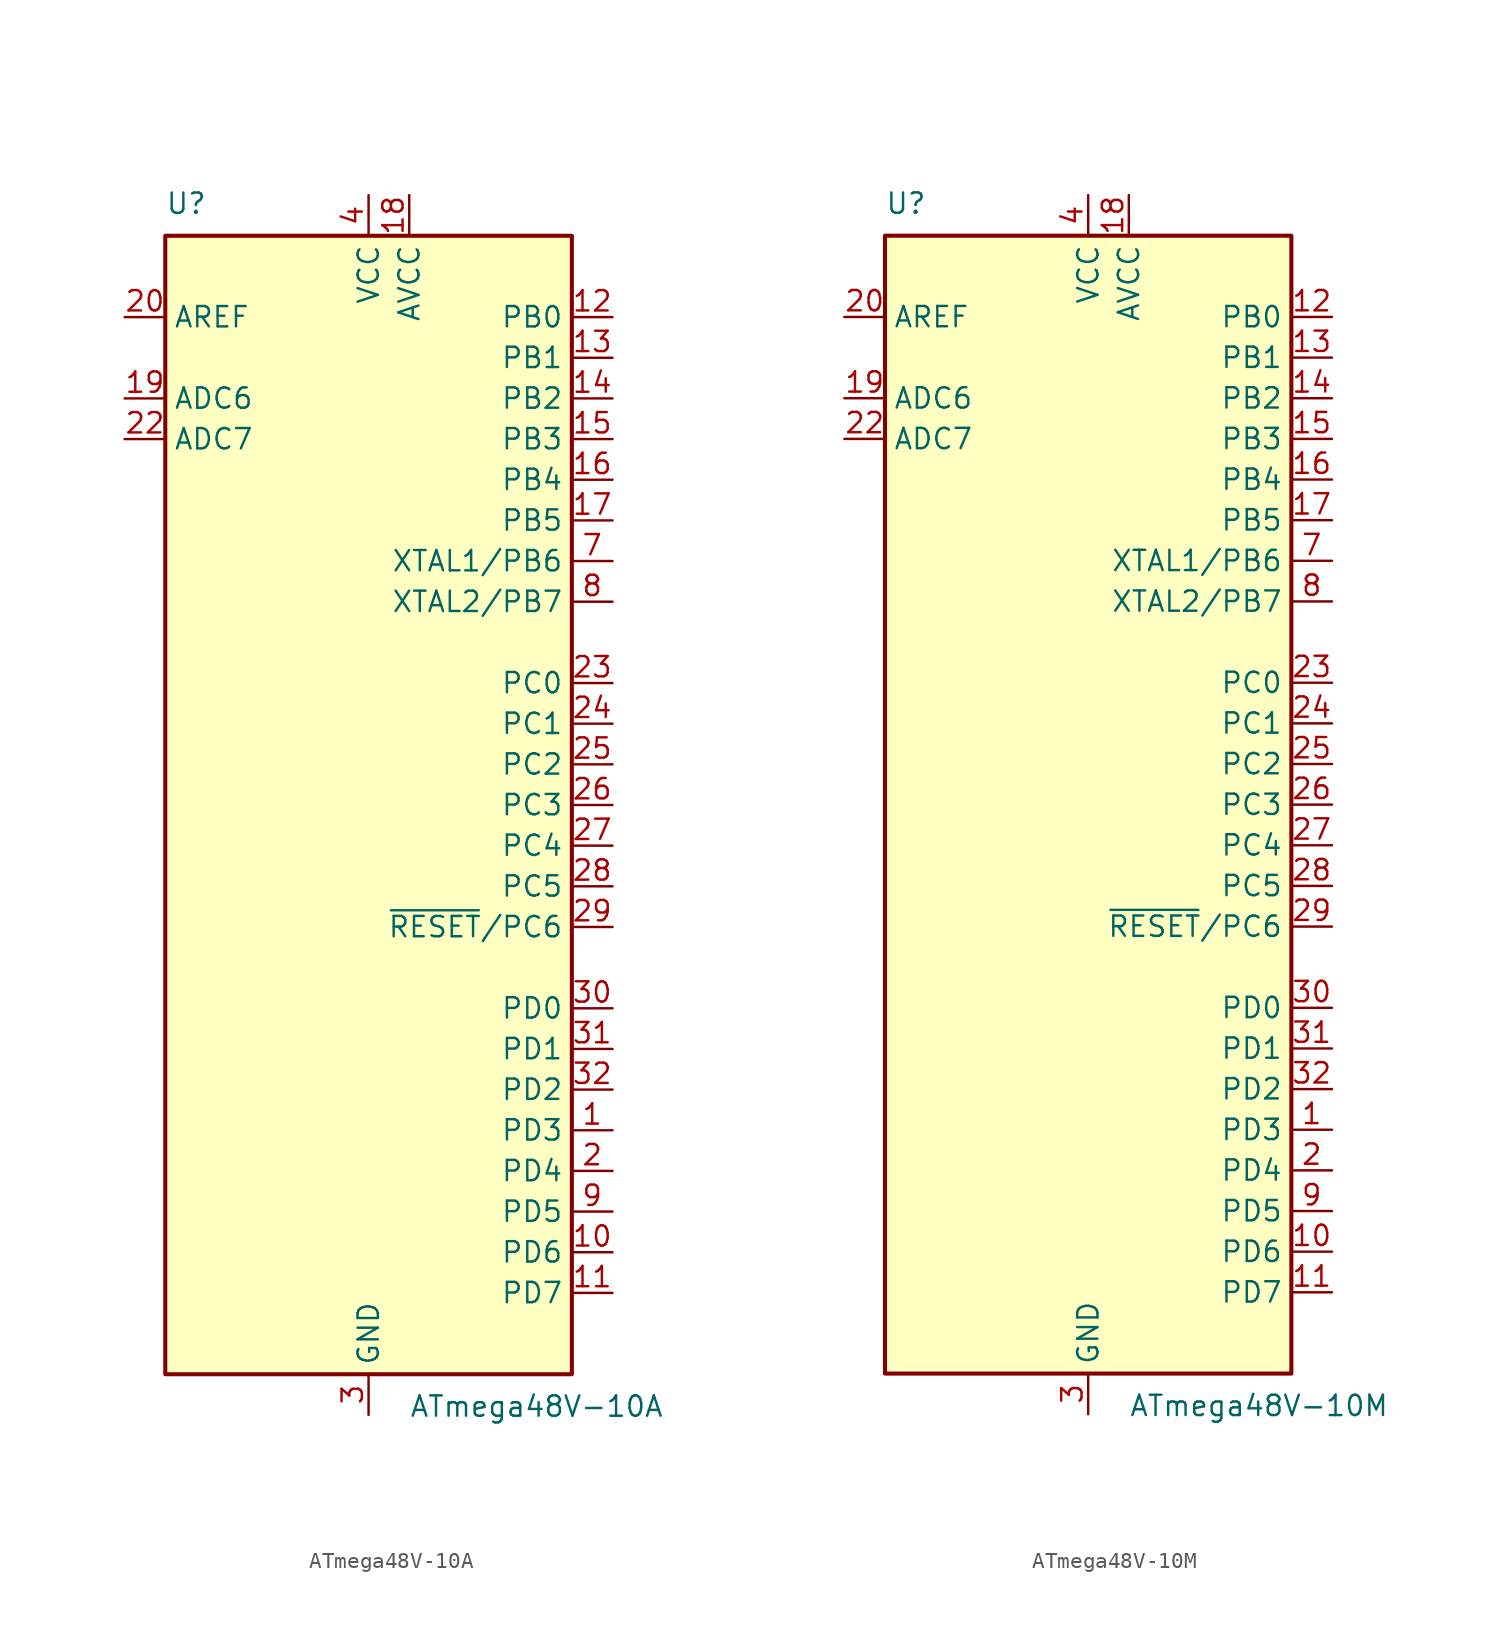
<source format=kicad_sym>
(kicad_symbol_lib
  (version 20241209)
  (generator "kicad_symbol_editor")
  (generator_version "9.0")
  (symbol "ATmega48V-10A"
    (property "Reference" "U"
      (at -12.7 36.83 0)
      (effects (font (size 1.27 1.27)) (justify left bottom)))
    (property "Value" "ATmega48V-10A"
      (at 2.54 -36.83 0)
      (effects (font (size 1.27 1.27)) (justify left top)))
    (symbol "ATmega48V-10A_0_1"
      (rectangle (start -12.7 -35.56) (end 12.7 35.56) (stroke (width 0.254) (type default)) (fill (type background))))
    (symbol "ATmega48V-10A_1_1"
      (pin passive line (at -15.24 30.48 0) (length 2.54) (name "AREF" (effects (font (size 1.27 1.27)))) (number "20" (effects (font (size 1.27 1.27)))))
      (pin input line (at -15.24 25.4 0) (length 2.54) (name "ADC6" (effects (font (size 1.27 1.27)))) (number "19" (effects (font (size 1.27 1.27)))))
      (pin input line (at -15.24 22.86 0) (length 2.54) (name "ADC7" (effects (font (size 1.27 1.27)))) (number "22" (effects (font (size 1.27 1.27)))))
      (pin power_in line (at 0 38.1 270) (length 2.54) (name "VCC" (effects (font (size 1.27 1.27)))) (number "4" (effects (font (size 1.27 1.27)))))
      (pin passive line (at 0 38.1 270) (length 2.54) (hide yes) (name "VCC" (effects (font (size 1.27 1.27)))) (number "6" (effects (font (size 1.27 1.27)))))
      (pin passive line (at 0 -38.1 90) (length 2.54) (hide yes) (name "GND" (effects (font (size 1.27 1.27)))) (number "21" (effects (font (size 1.27 1.27)))))
      (pin power_in line (at 0 -38.1 90) (length 2.54) (name "GND" (effects (font (size 1.27 1.27)))) (number "3" (effects (font (size 1.27 1.27)))))
      (pin passive line (at 0 -38.1 90) (length 2.54) (hide yes) (name "GND" (effects (font (size 1.27 1.27)))) (number "5" (effects (font (size 1.27 1.27)))))
      (pin power_in line (at 2.54 38.1 270) (length 2.54) (name "AVCC" (effects (font (size 1.27 1.27)))) (number "18" (effects (font (size 1.27 1.27)))))
      (pin bidirectional line (at 15.24 30.48 180) (length 2.54) (name "PB0" (effects (font (size 1.27 1.27)))) (number "12" (effects (font (size 1.27 1.27)))))
      (pin bidirectional line (at 15.24 27.94 180) (length 2.54) (name "PB1" (effects (font (size 1.27 1.27)))) (number "13" (effects (font (size 1.27 1.27)))))
      (pin bidirectional line (at 15.24 25.4 180) (length 2.54) (name "PB2" (effects (font (size 1.27 1.27)))) (number "14" (effects (font (size 1.27 1.27)))))
      (pin bidirectional line (at 15.24 22.86 180) (length 2.54) (name "PB3" (effects (font (size 1.27 1.27)))) (number "15" (effects (font (size 1.27 1.27)))))
      (pin bidirectional line (at 15.24 20.32 180) (length 2.54) (name "PB4" (effects (font (size 1.27 1.27)))) (number "16" (effects (font (size 1.27 1.27)))))
      (pin bidirectional line (at 15.24 17.78 180) (length 2.54) (name "PB5" (effects (font (size 1.27 1.27)))) (number "17" (effects (font (size 1.27 1.27)))))
      (pin bidirectional line (at 15.24 15.24 180) (length 2.54) (name "XTAL1/PB6" (effects (font (size 1.27 1.27)))) (number "7" (effects (font (size 1.27 1.27)))))
      (pin bidirectional line (at 15.24 12.7 180) (length 2.54) (name "XTAL2/PB7" (effects (font (size 1.27 1.27)))) (number "8" (effects (font (size 1.27 1.27)))))
      (pin bidirectional line (at 15.24 7.62 180) (length 2.54) (name "PC0" (effects (font (size 1.27 1.27)))) (number "23" (effects (font (size 1.27 1.27)))))
      (pin bidirectional line (at 15.24 5.08 180) (length 2.54) (name "PC1" (effects (font (size 1.27 1.27)))) (number "24" (effects (font (size 1.27 1.27)))))
      (pin bidirectional line (at 15.24 2.54 180) (length 2.54) (name "PC2" (effects (font (size 1.27 1.27)))) (number "25" (effects (font (size 1.27 1.27)))))
      (pin bidirectional line (at 15.24 0 180) (length 2.54) (name "PC3" (effects (font (size 1.27 1.27)))) (number "26" (effects (font (size 1.27 1.27)))))
      (pin bidirectional line (at 15.24 -2.54 180) (length 2.54) (name "PC4" (effects (font (size 1.27 1.27)))) (number "27" (effects (font (size 1.27 1.27)))))
      (pin bidirectional line (at 15.24 -5.08 180) (length 2.54) (name "PC5" (effects (font (size 1.27 1.27)))) (number "28" (effects (font (size 1.27 1.27)))))
      (pin bidirectional line (at 15.24 -7.62 180) (length 2.54) (name "~{RESET}/PC6" (effects (font (size 1.27 1.27)))) (number "29" (effects (font (size 1.27 1.27)))))
      (pin bidirectional line (at 15.24 -12.7 180) (length 2.54) (name "PD0" (effects (font (size 1.27 1.27)))) (number "30" (effects (font (size 1.27 1.27)))))
      (pin bidirectional line (at 15.24 -15.24 180) (length 2.54) (name "PD1" (effects (font (size 1.27 1.27)))) (number "31" (effects (font (size 1.27 1.27)))))
      (pin bidirectional line (at 15.24 -17.78 180) (length 2.54) (name "PD2" (effects (font (size 1.27 1.27)))) (number "32" (effects (font (size 1.27 1.27)))))
      (pin bidirectional line (at 15.24 -20.32 180) (length 2.54) (name "PD3" (effects (font (size 1.27 1.27)))) (number "1" (effects (font (size 1.27 1.27)))))
      (pin bidirectional line (at 15.24 -22.86 180) (length 2.54) (name "PD4" (effects (font (size 1.27 1.27)))) (number "2" (effects (font (size 1.27 1.27)))))
      (pin bidirectional line (at 15.24 -25.4 180) (length 2.54) (name "PD5" (effects (font (size 1.27 1.27)))) (number "9" (effects (font (size 1.27 1.27)))))
      (pin bidirectional line (at 15.24 -27.94 180) (length 2.54) (name "PD6" (effects (font (size 1.27 1.27)))) (number "10" (effects (font (size 1.27 1.27)))))
      (pin bidirectional line (at 15.24 -30.48 180) (length 2.54) (name "PD7" (effects (font (size 1.27 1.27)))) (number "11" (effects (font (size 1.27 1.27)))))))
  (symbol "ATmega48V-10M"
    (property "Reference" "U"
      (at -12.7 36.83 0)
      (effects (font (size 1.27 1.27)) (justify left bottom)))
    (property "Value" "ATmega48V-10M"
      (at 2.54 -36.83 0)
      (effects (font (size 1.27 1.27)) (justify left top)))
    (symbol "ATmega48V-10M_0_1"
      (rectangle (start -12.7 -35.56) (end 12.7 35.56) (stroke (width 0.254) (type default)) (fill (type background))))
    (symbol "ATmega48V-10M_1_1"
      (pin passive line (at -15.24 30.48 0) (length 2.54) (name "AREF" (effects (font (size 1.27 1.27)))) (number "20" (effects (font (size 1.27 1.27)))))
      (pin input line (at -15.24 25.4 0) (length 2.54) (name "ADC6" (effects (font (size 1.27 1.27)))) (number "19" (effects (font (size 1.27 1.27)))))
      (pin input line (at -15.24 22.86 0) (length 2.54) (name "ADC7" (effects (font (size 1.27 1.27)))) (number "22" (effects (font (size 1.27 1.27)))))
      (pin power_in line (at 0 38.1 270) (length 2.54) (name "VCC" (effects (font (size 1.27 1.27)))) (number "4" (effects (font (size 1.27 1.27)))))
      (pin passive line (at 0 38.1 270) (length 2.54) (hide yes) (name "VCC" (effects (font (size 1.27 1.27)))) (number "6" (effects (font (size 1.27 1.27)))))
      (pin passive line (at 0 -38.1 90) (length 2.54) (hide yes) (name "GND" (effects (font (size 1.27 1.27)))) (number "21" (effects (font (size 1.27 1.27)))))
      (pin power_in line (at 0 -38.1 90) (length 2.54) (name "GND" (effects (font (size 1.27 1.27)))) (number "3" (effects (font (size 1.27 1.27)))))
      (pin passive line (at 0 -38.1 90) (length 2.54) (hide yes) (name "GND" (effects (font (size 1.27 1.27)))) (number "33" (effects (font (size 1.27 1.27)))))
      (pin passive line (at 0 -38.1 90) (length 2.54) (hide yes) (name "GND" (effects (font (size 1.27 1.27)))) (number "5" (effects (font (size 1.27 1.27)))))
      (pin power_in line (at 2.54 38.1 270) (length 2.54) (name "AVCC" (effects (font (size 1.27 1.27)))) (number "18" (effects (font (size 1.27 1.27)))))
      (pin bidirectional line (at 15.24 30.48 180) (length 2.54) (name "PB0" (effects (font (size 1.27 1.27)))) (number "12" (effects (font (size 1.27 1.27)))))
      (pin bidirectional line (at 15.24 27.94 180) (length 2.54) (name "PB1" (effects (font (size 1.27 1.27)))) (number "13" (effects (font (size 1.27 1.27)))))
      (pin bidirectional line (at 15.24 25.4 180) (length 2.54) (name "PB2" (effects (font (size 1.27 1.27)))) (number "14" (effects (font (size 1.27 1.27)))))
      (pin bidirectional line (at 15.24 22.86 180) (length 2.54) (name "PB3" (effects (font (size 1.27 1.27)))) (number "15" (effects (font (size 1.27 1.27)))))
      (pin bidirectional line (at 15.24 20.32 180) (length 2.54) (name "PB4" (effects (font (size 1.27 1.27)))) (number "16" (effects (font (size 1.27 1.27)))))
      (pin bidirectional line (at 15.24 17.78 180) (length 2.54) (name "PB5" (effects (font (size 1.27 1.27)))) (number "17" (effects (font (size 1.27 1.27)))))
      (pin bidirectional line (at 15.24 15.24 180) (length 2.54) (name "XTAL1/PB6" (effects (font (size 1.27 1.27)))) (number "7" (effects (font (size 1.27 1.27)))))
      (pin bidirectional line (at 15.24 12.7 180) (length 2.54) (name "XTAL2/PB7" (effects (font (size 1.27 1.27)))) (number "8" (effects (font (size 1.27 1.27)))))
      (pin bidirectional line (at 15.24 7.62 180) (length 2.54) (name "PC0" (effects (font (size 1.27 1.27)))) (number "23" (effects (font (size 1.27 1.27)))))
      (pin bidirectional line (at 15.24 5.08 180) (length 2.54) (name "PC1" (effects (font (size 1.27 1.27)))) (number "24" (effects (font (size 1.27 1.27)))))
      (pin bidirectional line (at 15.24 2.54 180) (length 2.54) (name "PC2" (effects (font (size 1.27 1.27)))) (number "25" (effects (font (size 1.27 1.27)))))
      (pin bidirectional line (at 15.24 0 180) (length 2.54) (name "PC3" (effects (font (size 1.27 1.27)))) (number "26" (effects (font (size 1.27 1.27)))))
      (pin bidirectional line (at 15.24 -2.54 180) (length 2.54) (name "PC4" (effects (font (size 1.27 1.27)))) (number "27" (effects (font (size 1.27 1.27)))))
      (pin bidirectional line (at 15.24 -5.08 180) (length 2.54) (name "PC5" (effects (font (size 1.27 1.27)))) (number "28" (effects (font (size 1.27 1.27)))))
      (pin bidirectional line (at 15.24 -7.62 180) (length 2.54) (name "~{RESET}/PC6" (effects (font (size 1.27 1.27)))) (number "29" (effects (font (size 1.27 1.27)))))
      (pin bidirectional line (at 15.24 -12.7 180) (length 2.54) (name "PD0" (effects (font (size 1.27 1.27)))) (number "30" (effects (font (size 1.27 1.27)))))
      (pin bidirectional line (at 15.24 -15.24 180) (length 2.54) (name "PD1" (effects (font (size 1.27 1.27)))) (number "31" (effects (font (size 1.27 1.27)))))
      (pin bidirectional line (at 15.24 -17.78 180) (length 2.54) (name "PD2" (effects (font (size 1.27 1.27)))) (number "32" (effects (font (size 1.27 1.27)))))
      (pin bidirectional line (at 15.24 -20.32 180) (length 2.54) (name "PD3" (effects (font (size 1.27 1.27)))) (number "1" (effects (font (size 1.27 1.27)))))
      (pin bidirectional line (at 15.24 -22.86 180) (length 2.54) (name "PD4" (effects (font (size 1.27 1.27)))) (number "2" (effects (font (size 1.27 1.27)))))
      (pin bidirectional line (at 15.24 -25.4 180) (length 2.54) (name "PD5" (effects (font (size 1.27 1.27)))) (number "9" (effects (font (size 1.27 1.27)))))
      (pin bidirectional line (at 15.24 -27.94 180) (length 2.54) (name "PD6" (effects (font (size 1.27 1.27)))) (number "10" (effects (font (size 1.27 1.27)))))
      (pin bidirectional line (at 15.24 -30.48 180) (length 2.54) (name "PD7" (effects (font (size 1.27 1.27)))) (number "11" (effects (font (size 1.27 1.27))))))))
</source>
